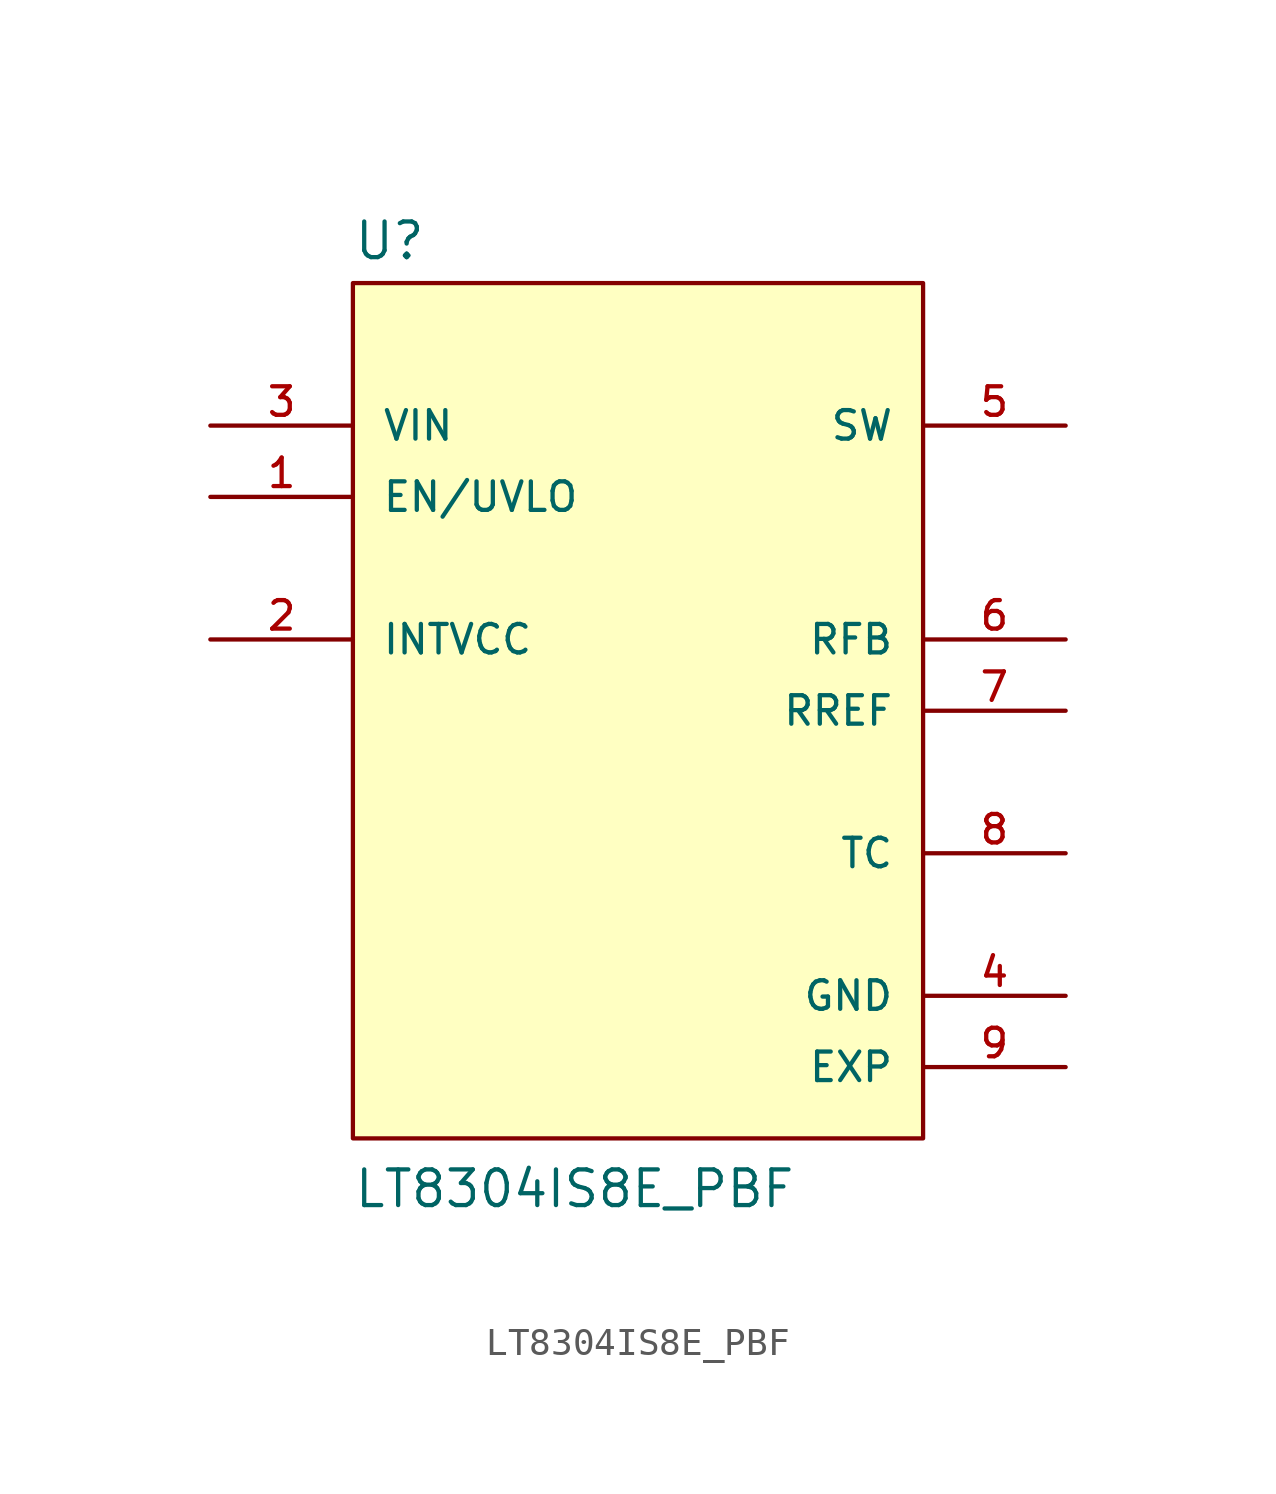
<source format=kicad_sym>
(kicad_symbol_lib
  (version 20211014)
  (generator kicad_symbol_editor)
  (symbol "LT8304IS8E_PBF"
    (pin_names
      (offset 1.016))
    (property "Reference" "U"
      (at -10.16 16.002 0)
      (effects (font (size 1.27 1.27)) (justify bottom left)))
    (property "Value" "LT8304IS8E_PBF"
      (at -10.16 -17.78 0)
      (effects (font (size 1.27 1.27)) (justify bottom left)))
    (symbol "LT8304IS8E_PBF_0_0"
      (rectangle (start -10.16 -15.24) (end 10.16 15.24) (stroke (width 0.152)) (fill (type background)))
      (pin input line (at 15.24 2.54 180.0) (length 5.08) (name "RFB" (effects (font (size 1.016 1.016)))) (number "6" (effects (font (size 1.016 1.016)))))
      (pin input line (at 15.24 0.0 180.0) (length 5.08) (name "RREF" (effects (font (size 1.016 1.016)))) (number "7" (effects (font (size 1.016 1.016)))))
      (pin passive line (at 15.24 -5.08 180.0) (length 5.08) (name "TC" (effects (font (size 1.016 1.016)))) (number "8" (effects (font (size 1.016 1.016)))))
      (pin power_in line (at 15.24 -10.16 180.0) (length 5.08) (name "GND" (effects (font (size 1.016 1.016)))) (number "4" (effects (font (size 1.016 1.016)))))
      (pin input line (at -15.24 10.16 0) (length 5.08) (name "VIN" (effects (font (size 1.016 1.016)))) (number "3" (effects (font (size 1.016 1.016)))))
      (pin output line (at -15.24 2.54 0) (length 5.08) (name "INTVCC" (effects (font (size 1.016 1.016)))) (number "2" (effects (font (size 1.016 1.016)))))
      (pin input line (at -15.24 7.62 0) (length 5.08) (name "EN/UVLO" (effects (font (size 1.016 1.016)))) (number "1" (effects (font (size 1.016 1.016)))))
      (pin input line (at 15.24 10.16 180.0) (length 5.08) (name "SW" (effects (font (size 1.016 1.016)))) (number "5" (effects (font (size 1.016 1.016)))))
      (pin power_in line (at 15.24 -12.7 180.0) (length 5.08) (name "EXP" (effects (font (size 1.016 1.016)))) (number "9" (effects (font (size 1.016 1.016))))))))
</source>
